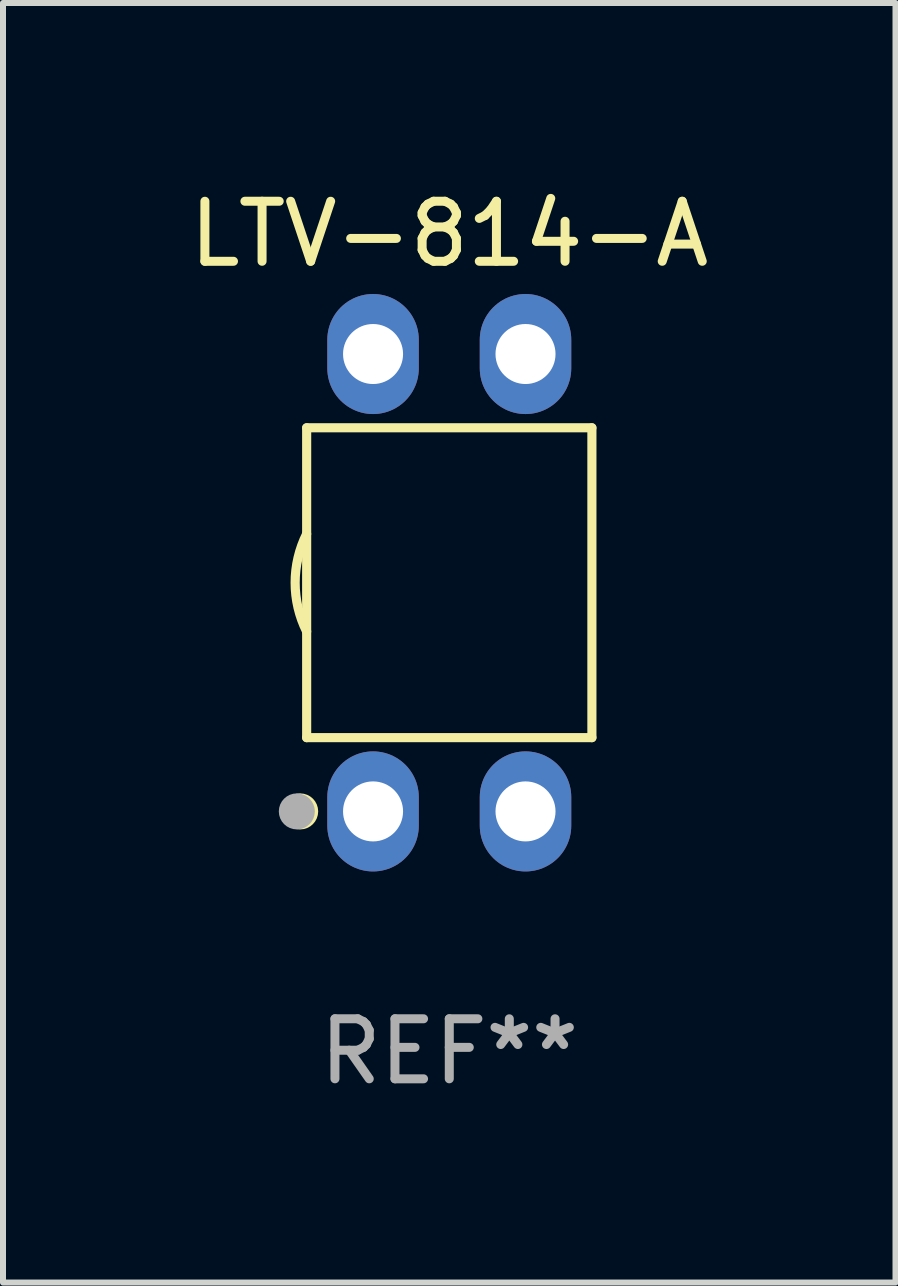
<source format=kicad_pcb>
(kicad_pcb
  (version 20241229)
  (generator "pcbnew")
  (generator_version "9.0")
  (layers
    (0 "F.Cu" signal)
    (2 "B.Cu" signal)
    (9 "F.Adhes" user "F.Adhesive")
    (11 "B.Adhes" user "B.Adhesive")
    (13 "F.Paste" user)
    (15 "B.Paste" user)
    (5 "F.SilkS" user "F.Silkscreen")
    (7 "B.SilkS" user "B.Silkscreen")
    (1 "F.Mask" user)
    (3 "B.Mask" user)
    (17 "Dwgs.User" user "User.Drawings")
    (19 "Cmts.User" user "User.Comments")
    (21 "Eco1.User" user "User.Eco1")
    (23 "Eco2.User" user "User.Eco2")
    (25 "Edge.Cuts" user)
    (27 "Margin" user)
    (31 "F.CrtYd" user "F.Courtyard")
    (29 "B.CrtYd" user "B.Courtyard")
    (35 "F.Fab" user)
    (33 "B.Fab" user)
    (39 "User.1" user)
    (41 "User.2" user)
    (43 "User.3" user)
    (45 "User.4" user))
  (footprint "LTV-814-A"
    (layer "F.Cu")
    (at 4.435 6.658)
    (property "Reference" "LTV-814-A" (at 0 -5.81 0) (layer "F.SilkS") (effects (font (size 1 1) (thickness 0.15))))
    (attr through_hole)
    (fp_line (start -2.376 -2.581) (end 2.376 -2.581) (stroke (width 0.152) (type solid)) (layer "F.SilkS"))
    (fp_line (start -2.376 2.581) (end -2.376 -2.581) (stroke (width 0.152) (type solid)) (layer "F.SilkS"))
    (fp_line (start 2.376 -2.581) (end 2.376 2.581) (stroke (width 0.152) (type solid)) (layer "F.SilkS"))
    (fp_line (start 2.376 2.581) (end -2.376 2.581) (stroke (width 0.152) (type solid)) (layer "F.SilkS"))
    (fp_arc (start -2.3762 0.812496) (mid -2.568004 0) (end -2.3762 -0.812497) (stroke (width 0.1524) (type solid)) (layer "F.SilkS"))
    (fp_circle (center -2.484 3.81) (end -2.334 3.81) (stroke (width 0.3) (type solid)) (fill no) (layer "F.SilkS"))
    (fp_circle (center -2.3 3.935) (end -2.27 3.935) (stroke (width 0.06) (type solid)) (fill no) (layer "F.SilkS"))
    (fp_circle (center -2.54 3.81) (end -2.39 3.81) (stroke (width 0.3) (type solid)) (fill no) (layer "F.Fab"))
    (fp_text user "REF**" (at 0 7.81 0) (layer "F.Fab") (effects (font (size 1 1) (thickness 0.15))))
    (pad "1" thru_hole oval (at -1.27 3.81) (size 1.524 2) (drill 1) (layers "*.Cu" "*.Mask"))
    (pad "2" thru_hole oval (at 1.27 3.81) (size 1.524 2) (drill 1) (layers "*.Cu" "*.Mask"))
    (pad "3" thru_hole oval (at 1.27 -3.81) (size 1.524 2) (drill 1) (layers "*.Cu" "*.Mask"))
    (pad "4" thru_hole oval (at -1.27 -3.81) (size 1.524 2) (drill 1) (layers "*.Cu" "*.Mask")))
  (gr_rect
    (start -3 -3)
    (end 11.869 18.317)
    (stroke (width 0.1) (type default))
    (fill no)
    (layer "Edge.Cuts")))
</source>
